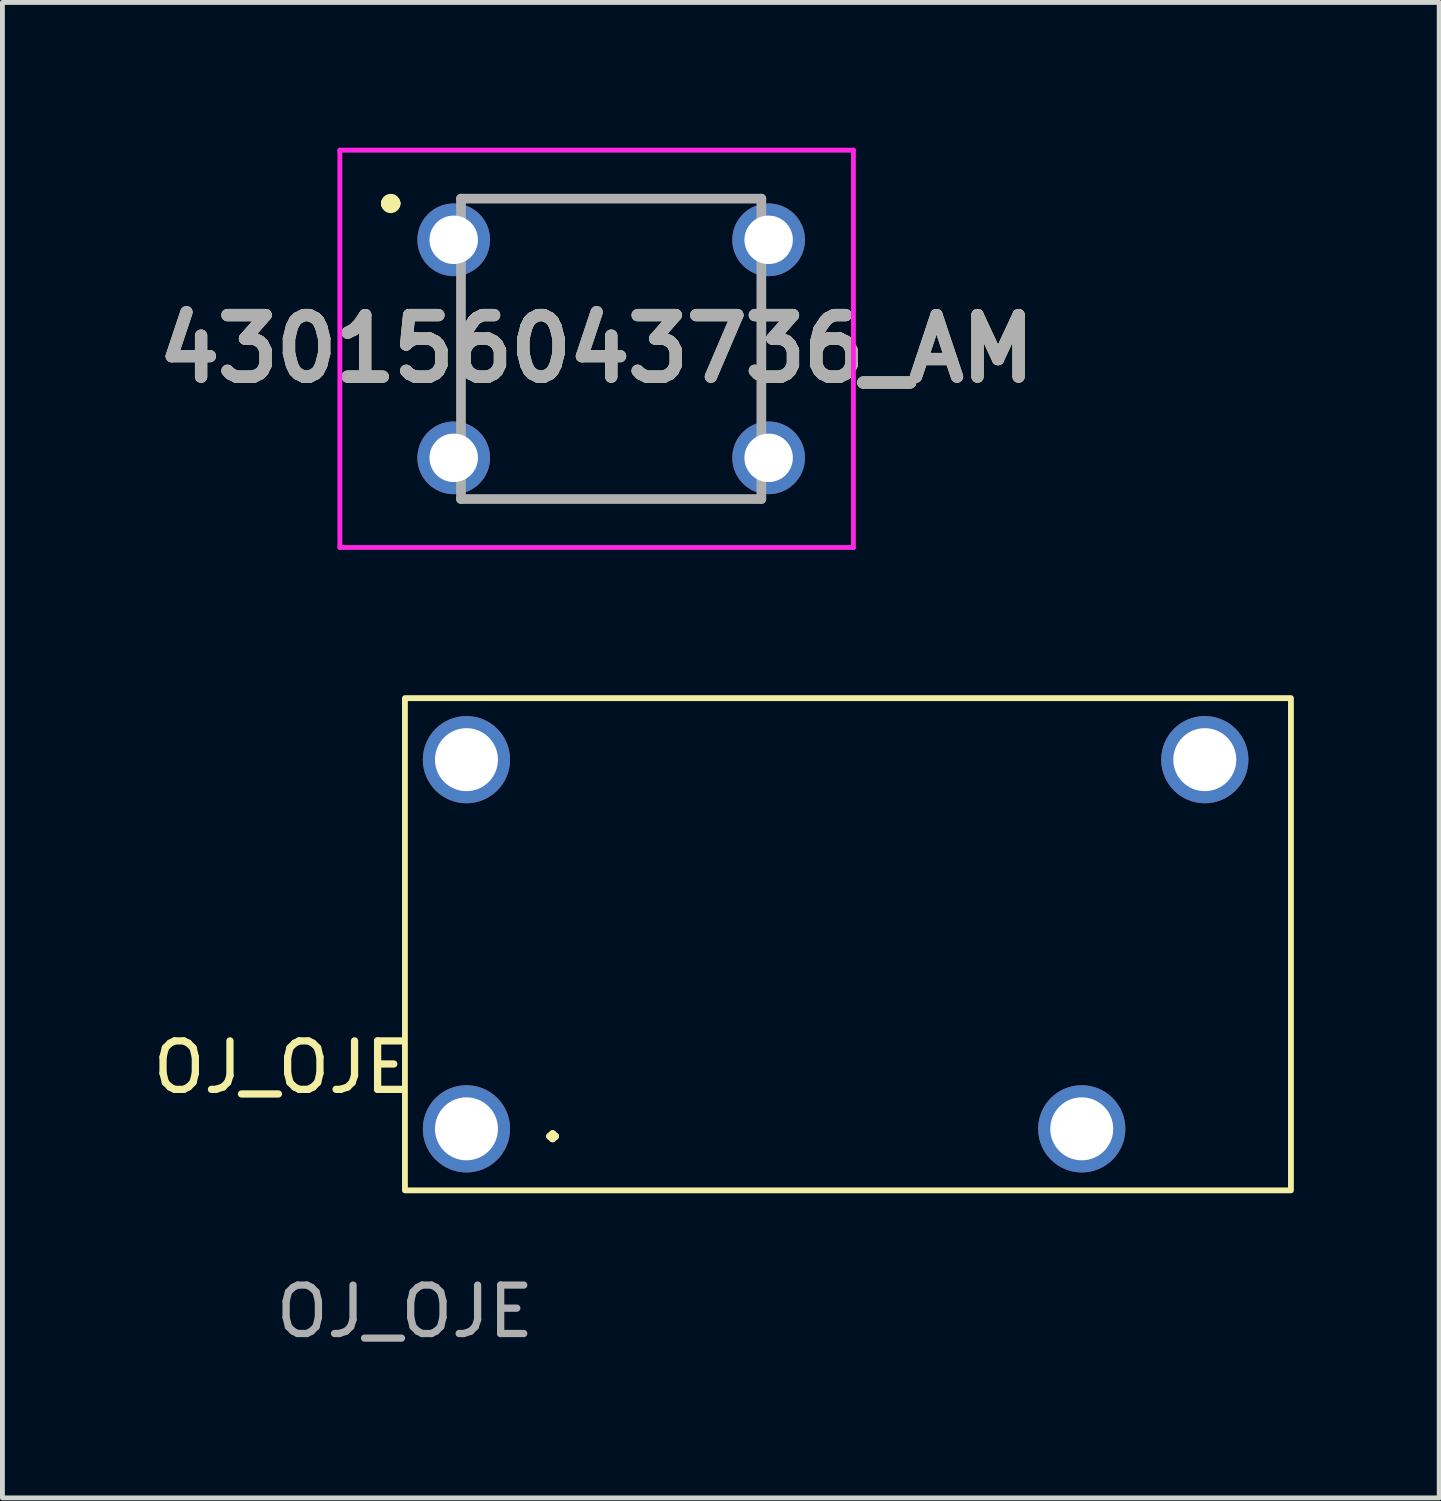
<source format=kicad_pcb>
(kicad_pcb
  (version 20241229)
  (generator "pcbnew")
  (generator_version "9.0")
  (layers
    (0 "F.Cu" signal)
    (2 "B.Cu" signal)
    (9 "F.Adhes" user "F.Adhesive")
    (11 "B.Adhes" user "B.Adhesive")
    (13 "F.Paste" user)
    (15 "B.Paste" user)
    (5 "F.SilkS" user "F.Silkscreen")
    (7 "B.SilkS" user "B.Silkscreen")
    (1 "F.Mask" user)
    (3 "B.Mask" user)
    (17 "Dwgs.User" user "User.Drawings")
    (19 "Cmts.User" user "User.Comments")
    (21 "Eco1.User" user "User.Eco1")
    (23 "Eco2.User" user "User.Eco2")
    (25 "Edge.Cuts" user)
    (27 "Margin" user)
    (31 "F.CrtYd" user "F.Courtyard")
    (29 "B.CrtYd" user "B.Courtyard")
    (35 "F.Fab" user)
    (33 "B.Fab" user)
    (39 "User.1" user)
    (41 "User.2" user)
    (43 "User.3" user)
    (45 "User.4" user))
  (footprint "OJ_OJE"
    (layer "F.Cu")
    (at 5.308 21.52)
    (property "Reference" "OJ_OJE" (at -2.54 -2.54 0) (unlocked yes) (layer "F.SilkS") (effects (font (size 1 1) (thickness 0.15))))
    (attr through_hole)
    (fp_rect (start 0 0) (end 18.288 -10.16) (stroke (width 0.12) (type solid)) (fill no) (layer "F.SilkS"))
    (fp_text user "." (at 3.048 -1.524 0) (unlocked yes) (layer "F.SilkS") (effects (font (size 1 1.2) (thickness 0.15))))
    (fp_text user "${REFERENCE}" (at 0 2.5 0) (unlocked yes) (layer "F.Fab") (effects (font (size 1 1) (thickness 0.15))))
    (pad "1" thru_hole circle (at 1.27 -1.27) (size 1.8 1.8) (drill 1.3) (layers "*.Cu" "*.Mask"))
    (pad "2" thru_hole circle (at 1.27 -8.89) (size 1.8 1.8) (drill 1.3) (layers "*.Cu" "*.Mask"))
    (pad "3" thru_hole circle (at 13.97 -1.27) (size 1.8 1.8) (drill 1.3) (layers "*.Cu" "*.Mask"))
    (pad "4" thru_hole circle (at 16.51 -8.89) (size 1.8 1.8) (drill 1.3) (layers "*.Cu" "*.Mask")))
  (footprint "430156043736_AM"
    (layer "F.Cu")
    (at 6.315 1.9)
    (property "Reference" "430156043736_AM" (at 2.95 2.25 0) (layer "F.SilkS") (effects (font (size 1.27 1.27) (thickness 0.254))))
    (attr through_hole)
    (fp_line (start -1.35 -0.75) (end -1.35 -0.75) (stroke (width 0.3) (type solid)) (layer "F.SilkS"))
    (fp_line (start -1.25 -0.75) (end -1.25 -0.75) (stroke (width 0.3) (type solid)) (layer "F.SilkS"))
    (fp_line (start 0.15 1.25) (end 0.15 3.25) (stroke (width 0.1) (type solid)) (layer "F.SilkS"))
    (fp_line (start 0.75 -0.85) (end 5.75 -0.85) (stroke (width 0.1) (type solid)) (layer "F.SilkS"))
    (fp_line (start 0.75 5.35) (end 5.75 5.35) (stroke (width 0.1) (type solid)) (layer "F.SilkS"))
    (fp_line (start 6.35 1.25) (end 6.35 3.25) (stroke (width 0.1) (type solid)) (layer "F.SilkS"))
    (fp_arc (start -1.35 -0.75) (mid -1.3 -0.8) (end -1.25 -0.75) (stroke (width 0.3) (type solid)) (layer "F.SilkS"))
    (fp_arc (start -1.25 -0.75) (mid -1.3 -0.7) (end -1.35 -0.75) (stroke (width 0.3) (type solid)) (layer "F.SilkS"))
    (fp_line (start -2.35 -1.85) (end 8.25 -1.85) (stroke (width 0.1) (type solid)) (layer "F.CrtYd"))
    (fp_line (start -2.35 6.35) (end -2.35 -1.85) (stroke (width 0.1) (type solid)) (layer "F.CrtYd"))
    (fp_line (start 8.25 -1.85) (end 8.25 6.35) (stroke (width 0.1) (type solid)) (layer "F.CrtYd"))
    (fp_line (start 8.25 6.35) (end -2.35 6.35) (stroke (width 0.1) (type solid)) (layer "F.CrtYd"))
    (fp_line (start 0.15 -0.85) (end 6.35 -0.85) (stroke (width 0.2) (type solid)) (layer "F.Fab"))
    (fp_line (start 0.15 5.35) (end 0.15 -0.85) (stroke (width 0.2) (type solid)) (layer "F.Fab"))
    (fp_line (start 6.35 -0.85) (end 6.35 5.35) (stroke (width 0.2) (type solid)) (layer "F.Fab"))
    (fp_line (start 6.35 5.35) (end 0.15 5.35) (stroke (width 0.2) (type solid)) (layer "F.Fab"))
    (fp_text user "${REFERENCE}" (at 2.95 2.25 0) (layer "F.Fab") (effects (font (size 1.27 1.27) (thickness 0.254))))
    (pad "" thru_hole circle (at 0 4.5) (size 1.5 1.5) (drill 1) (layers "*.Cu" "*.Mask"))
    (pad "" thru_hole circle (at 6.5 0) (size 1.5 1.5) (drill 1) (layers "*.Cu" "*.Mask"))
    (pad "1" thru_hole circle (at 0 0) (size 1.5 1.5) (drill 1) (layers "*.Cu" "*.Mask"))
    (pad "2" thru_hole circle (at 6.5 4.5) (size 1.5 1.5) (drill 1) (layers "*.Cu" "*.Mask")))
  (gr_rect
    (start -3 -3)
    (end 26.656 27.868)
    (stroke (width 0.1) (type default))
    (fill no)
    (layer "Edge.Cuts")))
</source>
